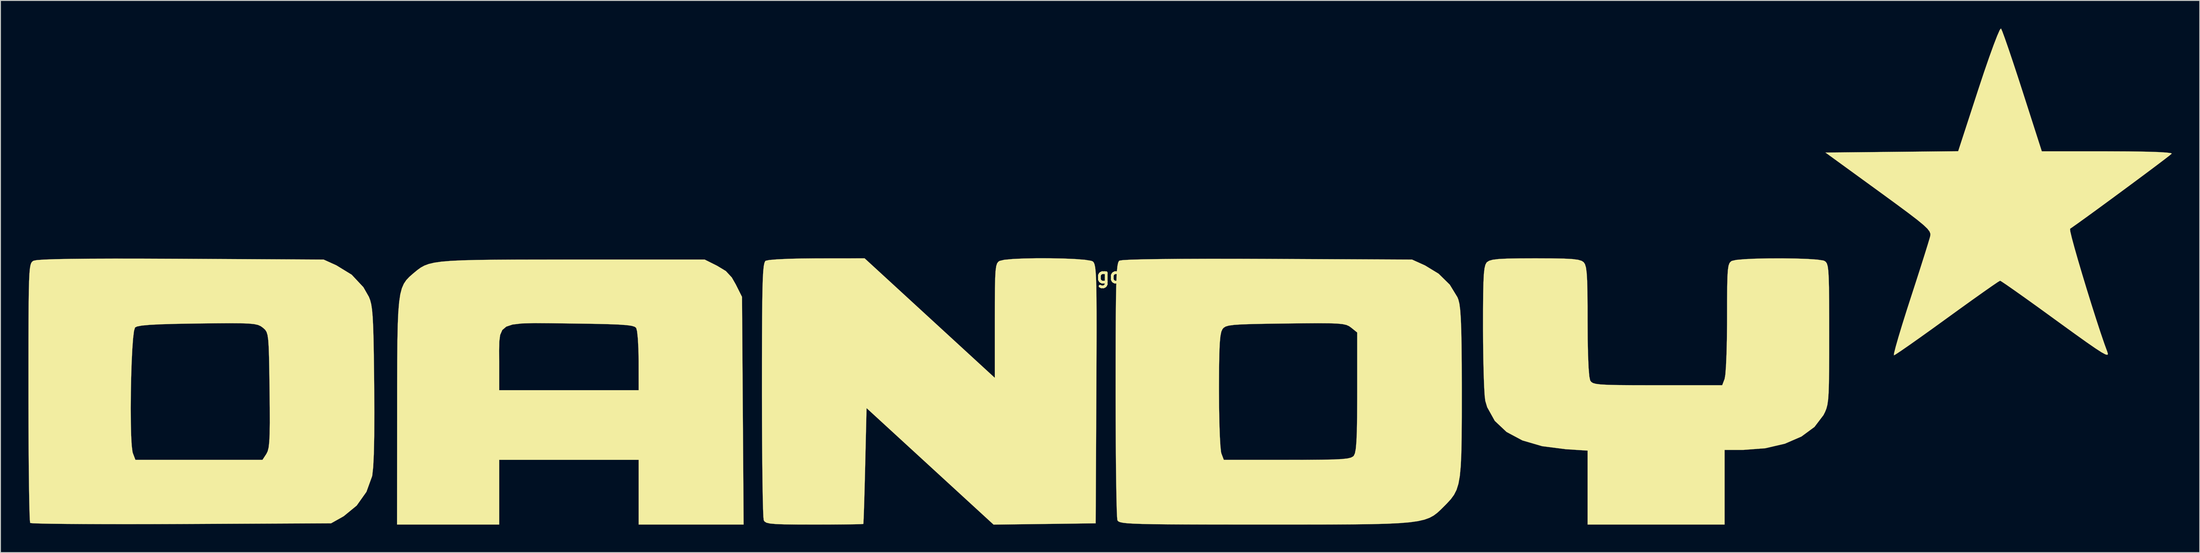
<source format=kicad_pcb>
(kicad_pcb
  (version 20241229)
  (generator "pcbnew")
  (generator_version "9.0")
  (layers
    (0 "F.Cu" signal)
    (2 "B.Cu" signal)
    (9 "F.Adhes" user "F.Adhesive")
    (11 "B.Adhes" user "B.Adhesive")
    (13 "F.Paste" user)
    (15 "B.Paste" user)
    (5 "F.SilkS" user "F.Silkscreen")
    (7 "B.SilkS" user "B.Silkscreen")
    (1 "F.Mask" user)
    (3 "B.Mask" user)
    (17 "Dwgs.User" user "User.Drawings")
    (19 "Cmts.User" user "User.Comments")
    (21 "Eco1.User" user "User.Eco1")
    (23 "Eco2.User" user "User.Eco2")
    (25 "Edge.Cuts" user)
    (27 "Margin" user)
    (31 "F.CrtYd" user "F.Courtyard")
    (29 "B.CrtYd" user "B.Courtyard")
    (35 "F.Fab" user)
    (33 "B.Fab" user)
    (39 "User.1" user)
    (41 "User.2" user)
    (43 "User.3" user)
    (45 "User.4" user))
  (footprint "logo"
    (layer "F.Cu")
    (at 114.973 26.575)
    (property "Reference" "logo" (at 0 0 0) (layer "F.SilkS") (effects (font (size 1.524 1.524) (thickness 0.3))))
    (attr through_hole)
    (fp_poly (pts (xy -41.041 -1.069) (xy -40.105 -0.504) (xy -39.466 0.184) (xy -39.036 0.936) (xy -38.367 2.273) (xy -38.281 14.505) (xy -38.195 26.737) (xy -49.463 26.737) (xy -49.463 19.785) (xy -64.436 19.785) (xy -64.436 26.737) (xy -75.398 26.737) (xy -75.392 14.638) (xy -75.39 11.615) (xy -75.382 9.078) (xy -75.372 8.053) (xy -64.442 8.053) (xy -64.436 9.224) (xy -64.436 12.299) (xy -49.463 12.299) (xy -49.467 9.157) (xy -49.49 7.884) (xy -49.547 6.785) (xy -49.631 5.984) (xy -49.725 5.615) (xy -49.88 5.487) (xy -50.206 5.386) (xy -50.763 5.308) (xy -51.611 5.248) (xy -52.809 5.202) (xy -54.419 5.166) (xy -56.499 5.136) (xy -56.659 5.134) (xy -58.904 5.103) (xy -60.671 5.092) (xy -62.017 5.129) (xy -62.999 5.245) (xy -63.674 5.47) (xy -64.099 5.833) (xy -64.331 6.364) (xy -64.426 7.095) (xy -64.442 8.053) (xy -75.372 8.053) (xy -75.362 6.979) (xy -75.325 5.269) (xy -75.265 3.9) (xy -75.175 2.823) (xy -75.051 1.989) (xy -74.885 1.351) (xy -74.672 0.86) (xy -74.407 0.467) (xy -74.083 0.123) (xy -73.694 -0.219) (xy -73.571 -0.322) (xy -73.207 -0.622) (xy -72.853 -0.876) (xy -72.465 -1.088) (xy -71.997 -1.263) (xy -71.404 -1.403) (xy -70.64 -1.512) (xy -69.661 -1.594) (xy -68.421 -1.654) (xy -66.875 -1.694) (xy -64.977 -1.719) (xy -62.683 -1.732) (xy -59.946 -1.737) (xy -56.723 -1.738) (xy -42.378 -1.738) (xy -41.041 -1.069)) (stroke (width 0.01) (type solid)) (fill yes) (layer "F.SilkS"))
    (fp_poly (pts (xy -5.29 -1.876) (xy -3.862 -1.848) (xy -2.577 -1.792) (xy -1.547 -1.711) (xy -0.882 -1.603) (xy -0.716 -1.537) (xy -0.615 -1.432) (xy -0.531 -1.246) (xy -0.462 -0.938) (xy -0.407 -0.464) (xy -0.365 0.22) (xy -0.335 1.157) (xy -0.316 2.391) (xy -0.307 3.965) (xy -0.305 5.922) (xy -0.312 8.307) (xy -0.324 11.162) (xy -0.331 12.7) (xy -0.401 26.603) (xy -5.882 26.673) (xy -11.363 26.743) (xy -24.999 14.223) (xy -25.145 20.413) (xy -25.189 22.173) (xy -25.232 23.744) (xy -25.272 25.05) (xy -25.307 26.018) (xy -25.334 26.57) (xy -25.346 26.67) (xy -25.617 26.691) (xy -26.341 26.709) (xy -27.435 26.723) (xy -28.817 26.733) (xy -30.406 26.737) (xy -30.622 26.737) (xy -32.429 26.733) (xy -33.773 26.717) (xy -34.725 26.683) (xy -35.357 26.625) (xy -35.74 26.537) (xy -35.946 26.412) (xy -36.036 26.269) (xy -36.074 25.917) (xy -36.109 25.082) (xy -36.141 23.818) (xy -36.169 22.177) (xy -36.192 20.212) (xy -36.211 17.974) (xy -36.223 15.518) (xy -36.228 12.894) (xy -36.228 12.222) (xy -36.227 9.138) (xy -36.221 6.545) (xy -36.21 4.403) (xy -36.192 2.668) (xy -36.167 1.298) (xy -36.133 0.25) (xy -36.088 -0.516) (xy -36.032 -1.046) (xy -35.963 -1.379) (xy -35.881 -1.56) (xy -35.827 -1.61) (xy -35.444 -1.689) (xy -34.616 -1.759) (xy -33.435 -1.815) (xy -31.991 -1.852) (xy -30.375 -1.867) (xy -30.318 -1.867) (xy -25.209 -1.872) (xy -11.229 10.973) (xy -11.229 4.827) (xy -11.227 2.856) (xy -11.217 1.353) (xy -11.192 0.25) (xy -11.149 -0.52) (xy -11.081 -1.025) (xy -10.984 -1.33) (xy -10.851 -1.504) (xy -10.712 -1.595) (xy -10.227 -1.71) (xy -9.331 -1.795) (xy -8.136 -1.851) (xy -6.752 -1.878) (xy -5.29 -1.876)) (stroke (width 0.01) (type solid)) (fill yes) (layer "F.SilkS"))
    (fp_poly (pts (xy 96.92 -26.261) (xy 97.196 -25.513) (xy 97.585 -24.396) (xy 98.061 -22.983) (xy 98.601 -21.344) (xy 99.084 -19.852) (xy 101.165 -13.368) (xy 108.216 -13.368) (xy 110.367 -13.359) (xy 112.165 -13.333) (xy 113.572 -13.291) (xy 114.548 -13.234) (xy 115.052 -13.165) (xy 115.113 -13.118) (xy 114.878 -12.92) (xy 114.281 -12.459) (xy 113.394 -11.787) (xy 112.287 -10.958) (xy 111.031 -10.024) (xy 109.697 -9.037) (xy 108.356 -8.049) (xy 107.079 -7.113) (xy 105.936 -6.282) (xy 104.999 -5.607) (xy 104.337 -5.141) (xy 104.195 -5.045) (xy 104.221 -4.768) (xy 104.387 -4.063) (xy 104.671 -3.011) (xy 105.047 -1.692) (xy 105.492 -0.187) (xy 105.98 1.425) (xy 106.488 3.062) (xy 106.991 4.644) (xy 107.464 6.091) (xy 107.885 7.323) (xy 108.201 8.189) (xy 108.26 8.407) (xy 108.202 8.502) (xy 107.986 8.45) (xy 107.568 8.222) (xy 106.907 7.794) (xy 105.961 7.139) (xy 104.687 6.229) (xy 103.044 5.04) (xy 102.218 4.439) (xy 100.737 3.365) (xy 99.399 2.405) (xy 98.264 1.6) (xy 97.394 0.993) (xy 96.848 0.626) (xy 96.686 0.535) (xy 96.433 0.686) (xy 95.807 1.111) (xy 94.87 1.768) (xy 93.679 2.615) (xy 92.295 3.61) (xy 91.004 4.545) (xy 89.499 5.634) (xy 88.135 6.61) (xy 86.971 7.433) (xy 86.068 8.058) (xy 85.485 8.445) (xy 85.286 8.556) (xy 85.308 8.314) (xy 85.478 7.634) (xy 85.777 6.585) (xy 86.185 5.237) (xy 86.68 3.659) (xy 87.063 2.473) (xy 87.628 0.729) (xy 88.143 -0.877) (xy 88.583 -2.265) (xy 88.921 -3.354) (xy 89.134 -4.064) (xy 89.191 -4.278) (xy 89.205 -4.502) (xy 89.116 -4.749) (xy 88.878 -5.058) (xy 88.444 -5.471) (xy 87.766 -6.028) (xy 86.797 -6.77) (xy 85.491 -7.738) (xy 83.801 -8.972) (xy 83.638 -9.091) (xy 77.938 -13.235) (xy 85.062 -13.306) (xy 92.186 -13.377) (xy 94.372 -20.091) (xy 94.961 -21.866) (xy 95.507 -23.448) (xy 95.985 -24.772) (xy 96.373 -25.776) (xy 96.646 -26.397) (xy 96.781 -26.57) (xy 96.92 -26.261)) (stroke (width 0.01) (type solid)) (fill yes) (layer "F.SilkS"))
    (fp_poly (pts (xy 48.553 -1.865) (xy 49.858 -1.84) (xy 50.779 -1.791) (xy 51.393 -1.711) (xy 51.774 -1.595) (xy 51.984 -1.451) (xy 52.124 -1.242) (xy 52.23 -0.885) (xy 52.307 -0.313) (xy 52.358 0.54) (xy 52.388 1.744) (xy 52.402 3.366) (xy 52.404 4.849) (xy 52.417 6.843) (xy 52.454 8.538) (xy 52.511 9.877) (xy 52.588 10.799) (xy 52.68 11.246) (xy 52.681 11.247) (xy 52.79 11.404) (xy 52.971 11.526) (xy 53.287 11.616) (xy 53.8 11.681) (xy 54.574 11.723) (xy 55.671 11.748) (xy 57.154 11.76) (xy 59.087 11.764) (xy 59.907 11.764) (xy 66.855 11.764) (xy 67.116 11.078) (xy 67.193 10.615) (xy 67.261 9.706) (xy 67.316 8.44) (xy 67.356 6.905) (xy 67.375 5.192) (xy 67.377 4.537) (xy 67.379 2.618) (xy 67.391 1.165) (xy 67.417 0.109) (xy 67.464 -0.619) (xy 67.537 -1.089) (xy 67.642 -1.369) (xy 67.786 -1.528) (xy 67.894 -1.595) (xy 68.36 -1.699) (xy 69.246 -1.778) (xy 70.439 -1.833) (xy 71.826 -1.863) (xy 73.293 -1.868) (xy 74.727 -1.848) (xy 76.013 -1.803) (xy 77.038 -1.734) (xy 77.69 -1.64) (xy 77.822 -1.595) (xy 77.973 -1.49) (xy 78.091 -1.317) (xy 78.181 -1.015) (xy 78.246 -0.525) (xy 78.29 0.215) (xy 78.318 1.263) (xy 78.332 2.681) (xy 78.338 4.527) (xy 78.339 6.251) (xy 78.338 8.464) (xy 78.33 10.21) (xy 78.312 11.556) (xy 78.279 12.569) (xy 78.226 13.316) (xy 78.148 13.865) (xy 78.04 14.283) (xy 77.898 14.637) (xy 77.725 14.979) (xy 76.761 16.247) (xy 75.362 17.278) (xy 73.584 18.049) (xy 71.485 18.537) (xy 69.119 18.715) (xy 68.995 18.716) (xy 67.109 18.716) (xy 67.109 26.737) (xy 52.404 26.737) (xy 52.404 18.79) (xy 50.065 18.641) (xy 47.528 18.317) (xy 45.404 17.696) (xy 43.704 16.787) (xy 42.441 15.596) (xy 41.626 14.13) (xy 41.423 13.449) (xy 41.358 12.903) (xy 41.299 11.91) (xy 41.249 10.554) (xy 41.211 8.923) (xy 41.187 7.102) (xy 41.181 5.701) (xy 41.183 3.586) (xy 41.196 1.943) (xy 41.224 0.708) (xy 41.269 -0.18) (xy 41.337 -0.787) (xy 41.43 -1.173) (xy 41.552 -1.404) (xy 41.595 -1.451) (xy 41.829 -1.606) (xy 42.225 -1.719) (xy 42.86 -1.795) (xy 43.809 -1.842) (xy 45.147 -1.866) (xy 46.789 -1.872) (xy 48.553 -1.865)) (stroke (width 0.01) (type solid)) (fill yes) (layer "F.SilkS"))
    (fp_poly (pts (xy -102.612 -1.835) (xy -98.985 -1.821) (xy -98.583 -1.819) (xy -83.285 -1.738) (xy -81.917 -1.119) (xy -80.269 -0.109) (xy -79.009 1.237) (xy -78.419 2.273) (xy -78.282 2.629) (xy -78.171 3.062) (xy -78.084 3.636) (xy -78.016 4.411) (xy -77.964 5.451) (xy -77.923 6.816) (xy -77.891 8.569) (xy -77.864 10.772) (xy -77.854 11.706) (xy -77.836 14.692) (xy -77.848 17.166) (xy -77.889 19.121) (xy -77.96 20.554) (xy -78.059 21.458) (xy -78.074 21.537) (xy -78.685 23.221) (xy -79.73 24.695) (xy -81.116 25.832) (xy -81.292 25.935) (xy -82.483 26.603) (xy -98.54 26.678) (xy -101.421 26.688) (xy -104.144 26.692) (xy -106.659 26.69) (xy -108.92 26.682) (xy -110.882 26.669) (xy -112.495 26.65) (xy -113.715 26.626) (xy -114.493 26.598) (xy -114.782 26.567) (xy -114.818 26.271) (xy -114.852 25.491) (xy -114.882 24.278) (xy -114.909 22.682) (xy -114.932 20.753) (xy -114.95 18.543) (xy -114.962 16.102) (xy -114.966 14.257) (xy -103.986 14.257) (xy -103.976 15.81) (xy -103.943 17.167) (xy -103.883 18.235) (xy -103.797 18.925) (xy -103.759 19.064) (xy -103.485 19.785) (xy -89.848 19.785) (xy -89.427 19.142) (xy -89.29 18.865) (xy -89.188 18.461) (xy -89.119 17.862) (xy -89.077 17) (xy -89.061 15.804) (xy -89.065 14.207) (xy -89.086 12.3) (xy -89.113 10.326) (xy -89.141 8.817) (xy -89.177 7.704) (xy -89.228 6.917) (xy -89.302 6.386) (xy -89.408 6.042) (xy -89.551 5.816) (xy -89.741 5.638) (xy -89.815 5.577) (xy -90.048 5.412) (xy -90.333 5.287) (xy -90.739 5.198) (xy -91.337 5.14) (xy -92.196 5.11) (xy -93.386 5.102) (xy -94.978 5.112) (xy -96.82 5.134) (xy -98.99 5.169) (xy -100.674 5.215) (xy -101.922 5.276) (xy -102.782 5.354) (xy -103.305 5.453) (xy -103.526 5.561) (xy -103.637 5.93) (xy -103.736 6.743) (xy -103.821 7.908) (xy -103.89 9.333) (xy -103.942 10.927) (xy -103.974 12.599) (xy -103.986 14.257) (xy -114.966 14.257) (xy -114.968 13.481) (xy -114.968 12.531) (xy -114.968 9.457) (xy -114.966 6.875) (xy -114.959 4.739) (xy -114.948 3.007) (xy -114.929 1.634) (xy -114.902 0.577) (xy -114.865 -0.209) (xy -114.815 -0.766) (xy -114.751 -1.139) (xy -114.672 -1.371) (xy -114.576 -1.506) (xy -114.461 -1.589) (xy -114.425 -1.609) (xy -114.08 -1.678) (xy -113.314 -1.734) (xy -112.111 -1.778) (xy -110.456 -1.81) (xy -108.332 -1.83) (xy -105.722 -1.838) (xy -102.612 -1.835)) (stroke (width 0.01) (type solid)) (fill yes) (layer "F.SilkS"))
    (fp_poly (pts (xy 14.724 -1.82) (xy 18.047 -1.809) (xy 33.555 -1.738) (xy 34.956 -1.104) (xy 36.409 -0.218) (xy 37.611 0.963) (xy 38.433 2.308) (xy 38.536 2.572) (xy 38.642 3) (xy 38.728 3.652) (xy 38.794 4.577) (xy 38.842 5.826) (xy 38.875 7.449) (xy 38.895 9.496) (xy 38.902 12.018) (xy 38.902 12.566) (xy 38.9 15.19) (xy 38.886 17.339) (xy 38.852 19.07) (xy 38.79 20.444) (xy 38.689 21.519) (xy 38.541 22.354) (xy 38.337 23.008) (xy 38.068 23.54) (xy 37.725 24.01) (xy 37.298 24.475) (xy 37.045 24.731) (xy 36.642 25.132) (xy 36.268 25.476) (xy 35.881 25.767) (xy 35.436 26.009) (xy 34.893 26.207) (xy 34.208 26.366) (xy 33.338 26.489) (xy 32.241 26.581) (xy 30.875 26.648) (xy 29.196 26.692) (xy 27.161 26.718) (xy 24.73 26.732) (xy 21.857 26.736) (xy 18.502 26.737) (xy 17.724 26.737) (xy 14.437 26.736) (xy 11.644 26.733) (xy 9.305 26.726) (xy 7.379 26.715) (xy 5.824 26.697) (xy 4.601 26.672) (xy 3.669 26.639) (xy 2.987 26.597) (xy 2.515 26.543) (xy 2.211 26.477) (xy 2.036 26.399) (xy 1.948 26.306) (xy 1.93 26.269) (xy 1.893 25.917) (xy 1.858 25.082) (xy 1.826 23.818) (xy 1.798 22.177) (xy 1.774 20.212) (xy 1.756 17.974) (xy 1.744 15.518) (xy 1.738 12.894) (xy 1.738 12.333) (xy 12.834 12.333) (xy 12.845 14.122) (xy 12.876 15.765) (xy 12.924 17.174) (xy 12.986 18.262) (xy 13.058 18.944) (xy 13.094 19.099) (xy 13.355 19.785) (xy 20.147 19.785) (xy 22.255 19.782) (xy 23.892 19.769) (xy 25.12 19.743) (xy 26.004 19.7) (xy 26.606 19.636) (xy 26.989 19.547) (xy 27.217 19.429) (xy 27.306 19.343) (xy 27.427 19.085) (xy 27.52 18.602) (xy 27.588 17.835) (xy 27.634 16.728) (xy 27.661 15.22) (xy 27.672 13.256) (xy 27.673 12.502) (xy 27.673 6.102) (xy 27.025 5.578) (xy 26.792 5.413) (xy 26.509 5.288) (xy 26.104 5.199) (xy 25.509 5.141) (xy 24.653 5.11) (xy 23.468 5.102) (xy 21.882 5.112) (xy 19.985 5.134) (xy 17.966 5.161) (xy 16.415 5.192) (xy 15.265 5.23) (xy 14.449 5.283) (xy 13.901 5.357) (xy 13.554 5.456) (xy 13.341 5.588) (xy 13.213 5.733) (xy 13.085 6.014) (xy 12.987 6.505) (xy 12.917 7.266) (xy 12.871 8.361) (xy 12.844 9.851) (xy 12.834 11.799) (xy 12.834 12.333) (xy 1.738 12.333) (xy 1.738 12.222) (xy 1.74 9.137) (xy 1.745 6.544) (xy 1.756 4.401) (xy 1.774 2.666) (xy 1.799 1.295) (xy 1.834 0.247) (xy 1.878 -0.52) (xy 1.935 -1.05) (xy 2.003 -1.385) (xy 2.086 -1.567) (xy 2.139 -1.618) (xy 2.498 -1.676) (xy 3.372 -1.724) (xy 4.738 -1.763) (xy 6.577 -1.792) (xy 8.869 -1.812) (xy 11.591 -1.821) (xy 14.724 -1.82)) (stroke (width 0.01) (type solid)) (fill yes) (layer "F.SilkS")))
  (gr_rect
    (start -3 -3)
    (end 233.091 56.323)
    (stroke (width 0.1) (type default))
    (fill no)
    (layer "Edge.Cuts")))
</source>
